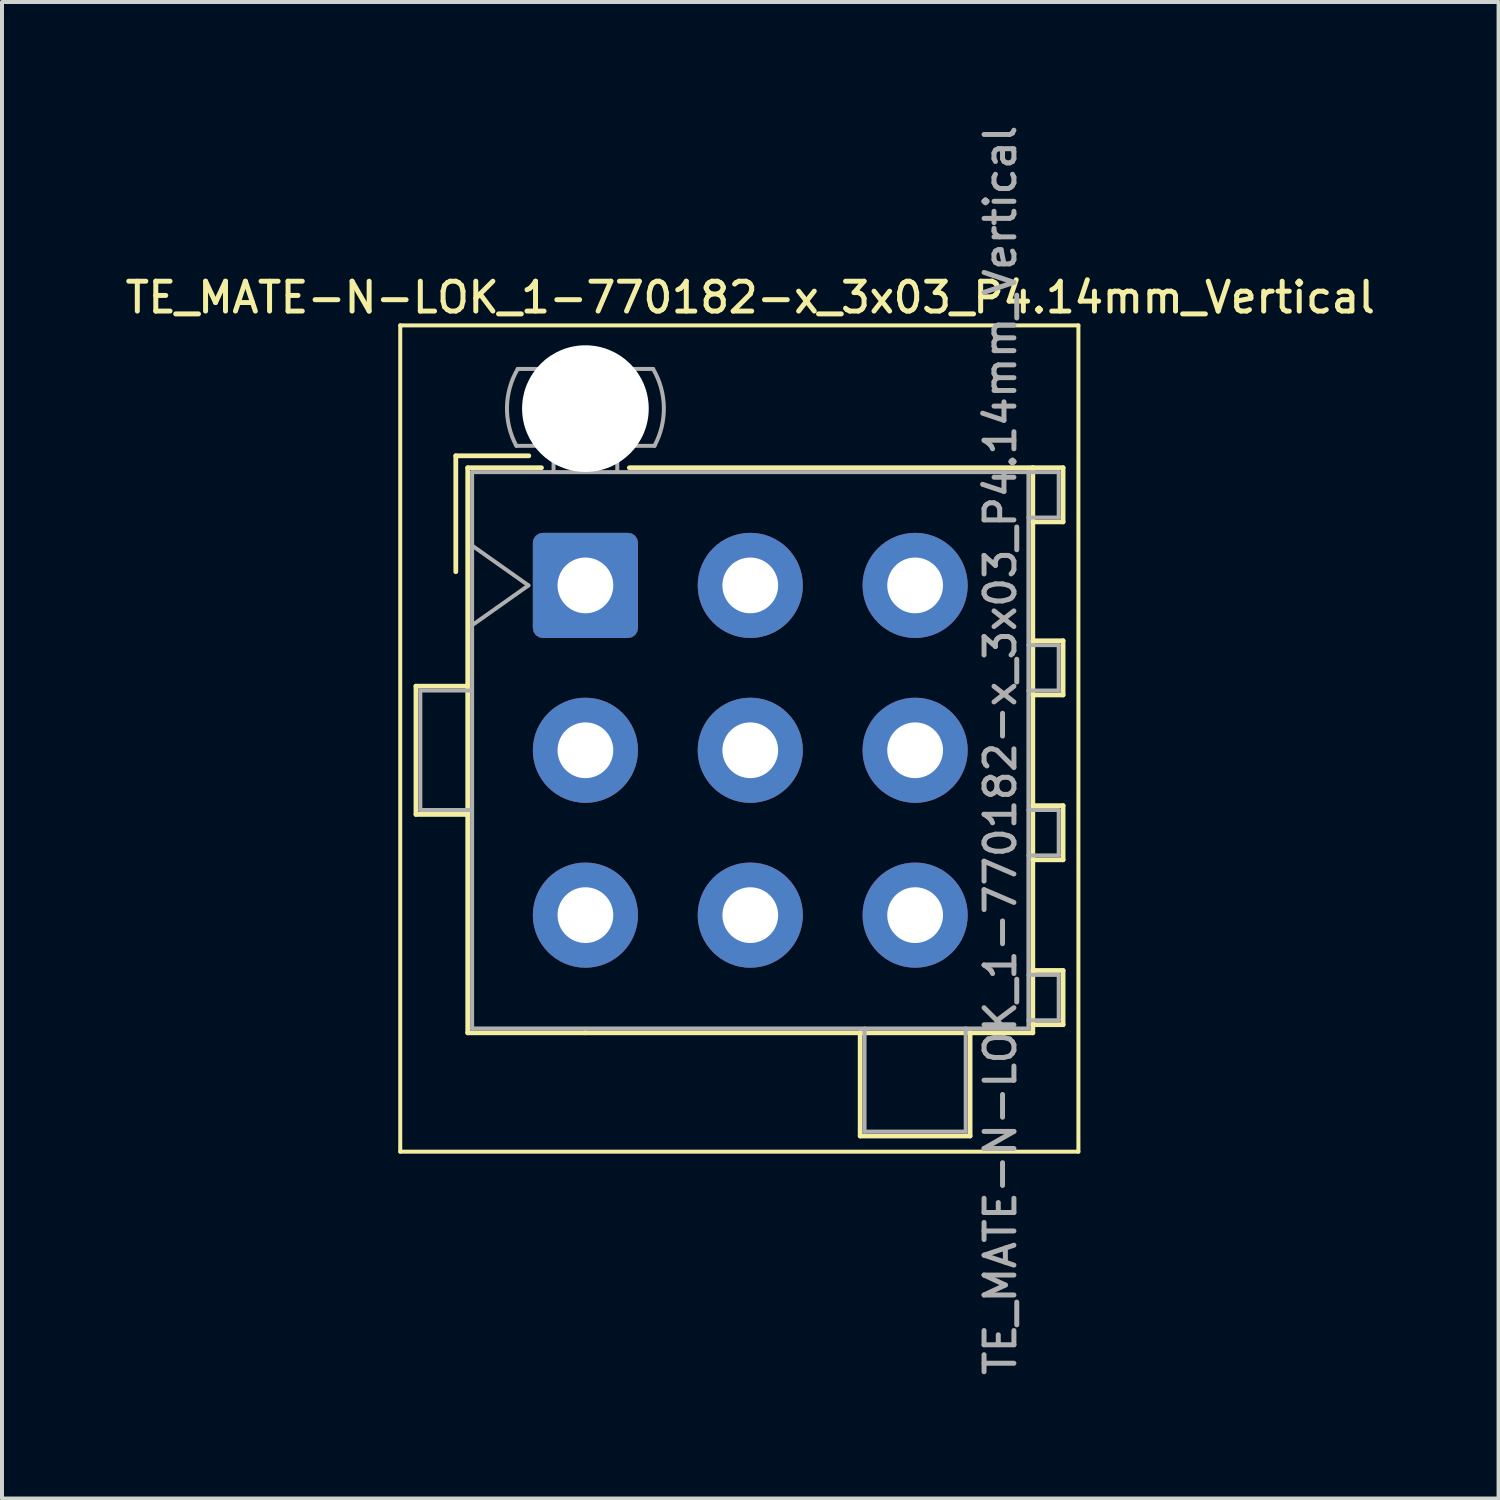
<source format=kicad_pcb>
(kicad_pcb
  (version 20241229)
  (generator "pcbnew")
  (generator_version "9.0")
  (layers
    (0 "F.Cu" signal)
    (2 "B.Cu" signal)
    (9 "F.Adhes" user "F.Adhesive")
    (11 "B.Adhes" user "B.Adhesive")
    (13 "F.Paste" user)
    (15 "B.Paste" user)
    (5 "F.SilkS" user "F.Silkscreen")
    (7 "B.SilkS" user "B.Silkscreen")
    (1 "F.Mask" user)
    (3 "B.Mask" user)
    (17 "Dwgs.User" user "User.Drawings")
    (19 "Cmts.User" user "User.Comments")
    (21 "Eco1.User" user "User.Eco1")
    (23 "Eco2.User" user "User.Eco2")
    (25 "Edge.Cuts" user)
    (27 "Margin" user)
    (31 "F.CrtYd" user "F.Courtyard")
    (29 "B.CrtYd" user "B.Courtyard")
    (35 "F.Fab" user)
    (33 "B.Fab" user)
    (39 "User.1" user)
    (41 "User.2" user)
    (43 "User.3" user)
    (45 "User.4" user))
  (footprint "TE_MATE-N-LOK_1-770182-x_3x03_P4.14mm_Vertical"
    (layer "F.Cu")
    (at 11.651 11.651)
    (property "Reference" "TE_MATE-N-LOK_1-770182-x_3x03_P4.14mm_Vertical" (at 4.14 -7.23 0) (layer "F.SilkS") (effects (font (size 0.75 0.75) (thickness 0.125))))
    (attr through_hole)
    (fp_line (start -4.65 -6.53) (end -4.65 14.22) (stroke (width 0.1) (type solid)) (layer "F.SilkS"))
    (fp_line (start -4.65 14.22) (end 12.38 14.22) (stroke (width 0.1) (type solid)) (layer "F.SilkS"))
    (fp_line (start -4.255 2.53) (end -4.255 5.75) (stroke (width 0.12) (type solid)) (layer "F.SilkS"))
    (fp_line (start -4.255 5.75) (end -2.955 5.75) (stroke (width 0.12) (type solid)) (layer "F.SilkS"))
    (fp_line (start -3.255 -3.255) (end -3.255 -0.345) (stroke (width 0.12) (type solid)) (layer "F.SilkS"))
    (fp_line (start -2.955 -2.955) (end -2.955 11.235) (stroke (width 0.12) (type solid)) (layer "F.SilkS"))
    (fp_line (start -2.955 2.53) (end -4.255 2.53) (stroke (width 0.12) (type solid)) (layer "F.SilkS"))
    (fp_line (start -2.955 11.235) (end 0 11.235) (stroke (width 0.12) (type solid)) (layer "F.SilkS"))
    (fp_line (start -1.421 -3.255) (end -3.255 -3.255) (stroke (width 0.12) (type solid)) (layer "F.SilkS"))
    (fp_line (start -1.103 -2.955) (end -2.955 -2.955) (stroke (width 0.12) (type solid)) (layer "F.SilkS"))
    (fp_line (start 1.103 -2.955) (end 11.235 -2.955) (stroke (width 0.12) (type solid)) (layer "F.SilkS"))
    (fp_line (start 6.9 11.235) (end 6.9 13.826) (stroke (width 0.12) (type solid)) (layer "F.SilkS"))
    (fp_line (start 6.9 13.826) (end 9.66 13.826) (stroke (width 0.12) (type solid)) (layer "F.SilkS"))
    (fp_line (start 9.66 13.826) (end 9.66 11.235) (stroke (width 0.12) (type solid)) (layer "F.SilkS"))
    (fp_line (start 11.235 -2.955) (end 11.235 11.235) (stroke (width 0.12) (type solid)) (layer "F.SilkS"))
    (fp_line (start 11.235 -2.955) (end 11.995 -2.955) (stroke (width 0.12) (type solid)) (layer "F.SilkS"))
    (fp_line (start 11.235 1.39) (end 11.995 1.39) (stroke (width 0.12) (type solid)) (layer "F.SilkS"))
    (fp_line (start 11.235 5.53) (end 11.995 5.53) (stroke (width 0.12) (type solid)) (layer "F.SilkS"))
    (fp_line (start 11.235 9.67) (end 11.995 9.67) (stroke (width 0.12) (type solid)) (layer "F.SilkS"))
    (fp_line (start 11.235 11.235) (end 0 11.235) (stroke (width 0.12) (type solid)) (layer "F.SilkS"))
    (fp_line (start 11.995 -2.955) (end 11.995 -1.595) (stroke (width 0.12) (type solid)) (layer "F.SilkS"))
    (fp_line (start 11.995 -1.595) (end 11.235 -1.595) (stroke (width 0.12) (type solid)) (layer "F.SilkS"))
    (fp_line (start 11.995 1.39) (end 11.995 2.75) (stroke (width 0.12) (type solid)) (layer "F.SilkS"))
    (fp_line (start 11.995 2.75) (end 11.235 2.75) (stroke (width 0.12) (type solid)) (layer "F.SilkS"))
    (fp_line (start 11.995 5.53) (end 11.995 6.89) (stroke (width 0.12) (type solid)) (layer "F.SilkS"))
    (fp_line (start 11.995 6.89) (end 11.235 6.89) (stroke (width 0.12) (type solid)) (layer "F.SilkS"))
    (fp_line (start 11.995 9.67) (end 11.995 11.03) (stroke (width 0.12) (type solid)) (layer "F.SilkS"))
    (fp_line (start 11.995 11.03) (end 11.235 11.03) (stroke (width 0.12) (type solid)) (layer "F.SilkS"))
    (fp_line (start 12.38 -6.53) (end -4.65 -6.53) (stroke (width 0.1) (type solid)) (layer "F.SilkS"))
    (fp_line (start 12.38 14.22) (end 12.38 -6.53) (stroke (width 0.1) (type solid)) (layer "F.SilkS"))
    (fp_line (start -4.145 2.64) (end -4.145 5.64) (stroke (width 0.1) (type solid)) (layer "F.Fab"))
    (fp_line (start -4.145 5.64) (end -2.845 5.64) (stroke (width 0.1) (type solid)) (layer "F.Fab"))
    (fp_line (start -2.845 -2.845) (end -2.845 11.125) (stroke (width 0.1) (type solid)) (layer "F.Fab"))
    (fp_line (start -2.845 -1) (end -1.431 0) (stroke (width 0.1) (type solid)) (layer "F.Fab"))
    (fp_line (start -2.845 2.64) (end -4.145 2.64) (stroke (width 0.1) (type solid)) (layer "F.Fab"))
    (fp_line (start -2.845 11.125) (end 11.125 11.125) (stroke (width 0.1) (type solid)) (layer "F.Fab"))
    (fp_line (start -1.431 0) (end -2.845 1) (stroke (width 0.1) (type solid)) (layer "F.Fab"))
    (fp_line (start -0.8 -2.845) (end -0.8 -3.505) (stroke (width 0.1) (type solid)) (layer "F.Fab"))
    (fp_line (start 0.8 -2.845) (end 0.8 -3.505) (stroke (width 0.1) (type solid)) (layer "F.Fab"))
    (fp_line (start 1.7 -5.436) (end -1.7 -5.436) (stroke (width 0.1) (type solid)) (layer "F.Fab"))
    (fp_line (start 1.734 -3.505) (end -1.734 -3.505) (stroke (width 0.1) (type solid)) (layer "F.Fab"))
    (fp_line (start 7.01 11.125) (end 7.01 13.716) (stroke (width 0.1) (type solid)) (layer "F.Fab"))
    (fp_line (start 7.01 13.716) (end 9.55 13.716) (stroke (width 0.1) (type solid)) (layer "F.Fab"))
    (fp_line (start 9.55 13.716) (end 9.55 11.125) (stroke (width 0.1) (type solid)) (layer "F.Fab"))
    (fp_line (start 11.125 -2.845) (end -2.845 -2.845) (stroke (width 0.1) (type solid)) (layer "F.Fab"))
    (fp_line (start 11.125 -2.845) (end 11.885 -2.845) (stroke (width 0.1) (type solid)) (layer "F.Fab"))
    (fp_line (start 11.125 1.5) (end 11.885 1.5) (stroke (width 0.1) (type solid)) (layer "F.Fab"))
    (fp_line (start 11.125 5.64) (end 11.885 5.64) (stroke (width 0.1) (type solid)) (layer "F.Fab"))
    (fp_line (start 11.125 9.78) (end 11.885 9.78) (stroke (width 0.1) (type solid)) (layer "F.Fab"))
    (fp_line (start 11.125 11.125) (end 11.125 -2.845) (stroke (width 0.1) (type solid)) (layer "F.Fab"))
    (fp_line (start 11.885 -2.845) (end 11.885 -1.705) (stroke (width 0.1) (type solid)) (layer "F.Fab"))
    (fp_line (start 11.885 -1.705) (end 11.125 -1.705) (stroke (width 0.1) (type solid)) (layer "F.Fab"))
    (fp_line (start 11.885 1.5) (end 11.885 2.64) (stroke (width 0.1) (type solid)) (layer "F.Fab"))
    (fp_line (start 11.885 2.64) (end 11.125 2.64) (stroke (width 0.1) (type solid)) (layer "F.Fab"))
    (fp_line (start 11.885 5.64) (end 11.885 6.78) (stroke (width 0.1) (type solid)) (layer "F.Fab"))
    (fp_line (start 11.885 6.78) (end 11.125 6.78) (stroke (width 0.1) (type solid)) (layer "F.Fab"))
    (fp_line (start 11.885 9.78) (end 11.885 10.92) (stroke (width 0.1) (type solid)) (layer "F.Fab"))
    (fp_line (start 11.885 10.92) (end 11.125 10.92) (stroke (width 0.1) (type solid)) (layer "F.Fab"))
    (fp_arc (start -1.733977 -3.505) (mid -1.96969 -4.474992) (end -1.699672 -5.436) (stroke (width 0.1) (type solid)) (layer "F.Fab"))
    (fp_arc (start 1.699672 -5.436) (mid 1.969689 -4.474992) (end 1.733977 -3.505) (stroke (width 0.1) (type solid)) (layer "F.Fab"))
    (fp_text user "${REFERENCE}" (at 10.42 4.14 90) (layer "F.Fab") (effects (font (size 0.75 0.75) (thickness 0.125))))
    (pad "" np_thru_hole circle (at 0 -4.44) (size 3.18 3.18) (drill 3.18) (layers "*.Cu" "*.Mask"))
    (pad "1" thru_hole roundrect (at 0 0) (size 2.64 2.64) (drill 1.4) (layers "*.Cu" "*.Mask") (roundrect_rratio 0.095))
    (pad "2" thru_hole circle (at 0 4.14) (size 2.64 2.64) (drill 1.4) (layers "*.Cu" "*.Mask"))
    (pad "3" thru_hole circle (at 0 8.28) (size 2.64 2.64) (drill 1.4) (layers "*.Cu" "*.Mask"))
    (pad "4" thru_hole circle (at 4.14 0) (size 2.64 2.64) (drill 1.4) (layers "*.Cu" "*.Mask"))
    (pad "5" thru_hole circle (at 4.14 4.14) (size 2.64 2.64) (drill 1.4) (layers "*.Cu" "*.Mask"))
    (pad "6" thru_hole circle (at 4.14 8.28) (size 2.64 2.64) (drill 1.4) (layers "*.Cu" "*.Mask"))
    (pad "7" thru_hole circle (at 8.28 0) (size 2.64 2.64) (drill 1.4) (layers "*.Cu" "*.Mask"))
    (pad "8" thru_hole circle (at 8.28 4.14) (size 2.64 2.64) (drill 1.4) (layers "*.Cu" "*.Mask"))
    (pad "9" thru_hole circle (at 8.28 8.28) (size 2.64 2.64) (drill 1.4) (layers "*.Cu" "*.Mask")))
  (gr_rect
    (start -3 -3)
    (end 34.582 34.582)
    (stroke (width 0.1) (type default))
    (fill no)
    (layer "Edge.Cuts")))
</source>
